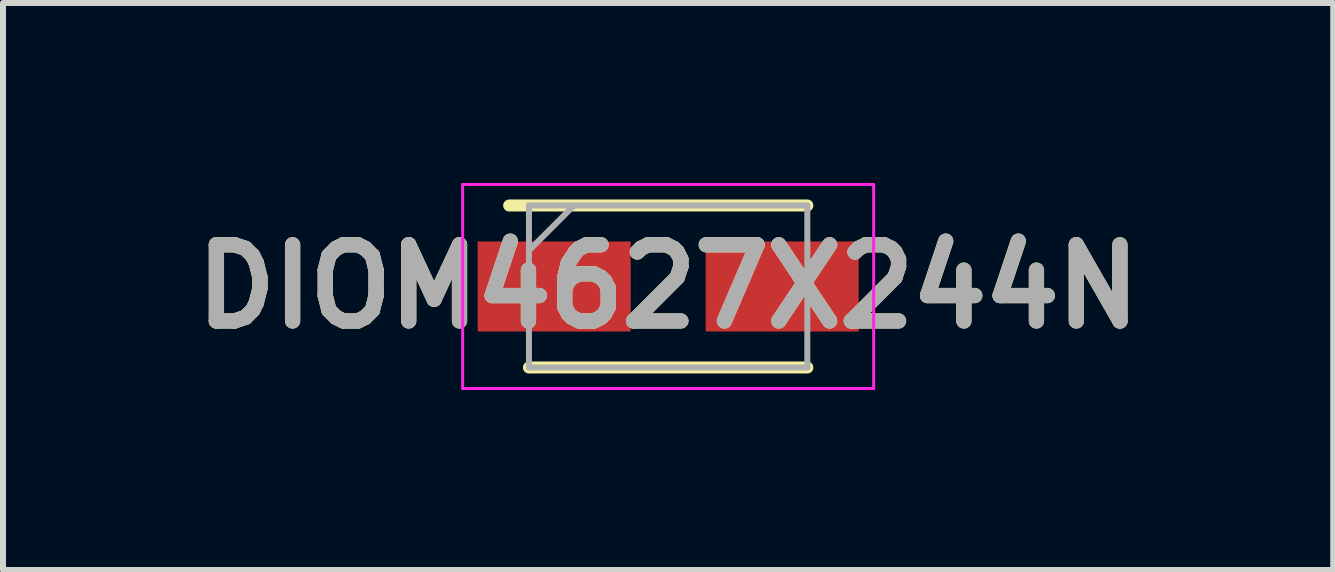
<source format=kicad_pcb>
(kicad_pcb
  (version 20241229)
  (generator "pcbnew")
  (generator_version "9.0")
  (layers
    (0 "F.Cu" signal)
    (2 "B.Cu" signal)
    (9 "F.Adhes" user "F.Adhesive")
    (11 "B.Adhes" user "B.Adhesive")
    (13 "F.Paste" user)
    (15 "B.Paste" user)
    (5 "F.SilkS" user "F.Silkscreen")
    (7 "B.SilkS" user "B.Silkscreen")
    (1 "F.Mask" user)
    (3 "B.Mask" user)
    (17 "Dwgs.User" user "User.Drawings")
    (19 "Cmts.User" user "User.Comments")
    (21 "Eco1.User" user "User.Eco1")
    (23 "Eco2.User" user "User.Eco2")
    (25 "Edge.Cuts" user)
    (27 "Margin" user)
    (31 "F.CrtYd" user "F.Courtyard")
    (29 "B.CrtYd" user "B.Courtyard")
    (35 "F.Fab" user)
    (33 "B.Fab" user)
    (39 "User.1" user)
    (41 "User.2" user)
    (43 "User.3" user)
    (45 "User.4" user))
  (footprint "DIOM4627X244N"
    (layer "F.Cu")
    (at 8.086 1.725)
    (property "Reference" "DIOM4627X244N" (at 0 0 0) (layer "F.SilkS") (effects (font (size 1.27 1.27) (thickness 0.254))))
    (attr smd)
    (fp_line (start -2.32 1.35) (end 2.32 1.35) (stroke (width 0.2) (type solid)) (layer "F.SilkS"))
    (fp_line (start 2.32 -1.35) (end -2.65 -1.35) (stroke (width 0.2) (type solid)) (layer "F.SilkS"))
    (fp_line (start -3.425 -1.7) (end 3.425 -1.7) (stroke (width 0.05) (type solid)) (layer "F.CrtYd"))
    (fp_line (start -3.425 1.7) (end -3.425 -1.7) (stroke (width 0.05) (type solid)) (layer "F.CrtYd"))
    (fp_line (start 3.425 -1.7) (end 3.425 1.7) (stroke (width 0.05) (type solid)) (layer "F.CrtYd"))
    (fp_line (start 3.425 1.7) (end -3.425 1.7) (stroke (width 0.05) (type solid)) (layer "F.CrtYd"))
    (fp_line (start -2.32 -1.35) (end 2.32 -1.35) (stroke (width 0.1) (type solid)) (layer "F.Fab"))
    (fp_line (start -2.32 -0.6) (end -1.57 -1.35) (stroke (width 0.1) (type solid)) (layer "F.Fab"))
    (fp_line (start -2.32 1.35) (end -2.32 -1.35) (stroke (width 0.1) (type solid)) (layer "F.Fab"))
    (fp_line (start 2.32 -1.35) (end 2.32 1.35) (stroke (width 0.1) (type solid)) (layer "F.Fab"))
    (fp_line (start 2.32 1.35) (end -2.32 1.35) (stroke (width 0.1) (type solid)) (layer "F.Fab"))
    (fp_text user "${REFERENCE}" (at 0 0 0) (layer "F.Fab") (effects (font (size 1.27 1.27) (thickness 0.254))))
    (pad "1" smd rect (at -1.9 0 90) (size 1.5 2.55) (layers "F.Cu" "F.Mask" "F.Paste"))
    (pad "2" smd rect (at 1.9 0 90) (size 1.5 2.55) (layers "F.Cu" "F.Mask" "F.Paste")))
  (gr_rect
    (start -3 -3)
    (end 19.171 6.45)
    (stroke (width 0.1) (type default))
    (fill no)
    (layer "Edge.Cuts")))
</source>
